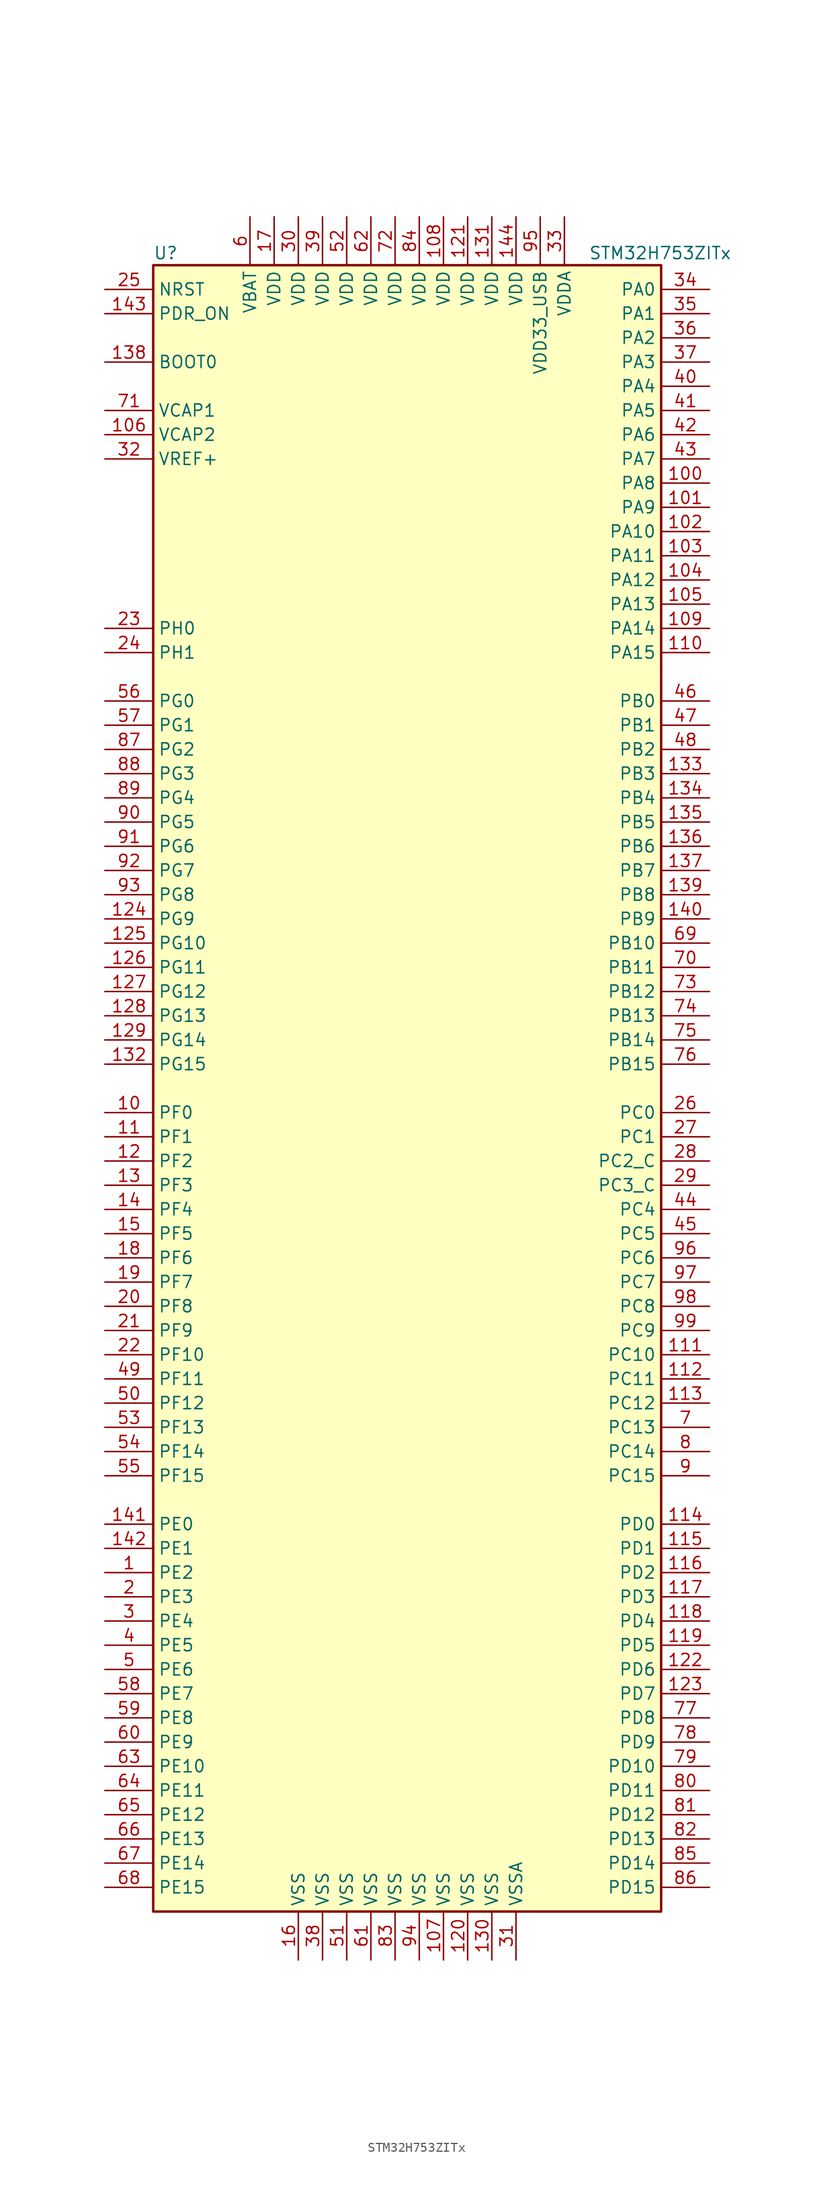
<source format=kicad_sym>
(kicad_symbol_lib
  (version 20201005)
  (generator kicad_symbol_editor)
  (symbol "MCU_ST_STM32H7:STM32H753ZITx"
    (property "Reference" "U"
      (at -27.94 87.63 0)
      (effects (font (size 1.27 1.27)) (justify left)))
    (property "Value" "STM32H753ZITx"
      (at 17.78 87.63 0)
      (effects (font (size 1.27 1.27)) (justify left)))
    (symbol "STM32H753ZITx_0_1"
      (rectangle (start -27.94 -86.36) (end 25.4 86.36) (stroke (width 0.254)) (fill (type background))))
    (symbol "STM32H753ZITx_1_1"
      (pin input line (at -33.02 76.2 0) (length 5.08) (name "BOOT0" (effects (font (size 1.27 1.27)))) (number "138" (effects (font (size 1.27 1.27)))))
      (pin input line (at -33.02 83.82 0) (length 5.08) (name "NRST" (effects (font (size 1.27 1.27)))) (number "25" (effects (font (size 1.27 1.27)))))
      (pin bidirectional line (at 30.48 83.82 180) (length 5.08) (name "PA0" (effects (font (size 1.27 1.27)))) (number "34" (effects (font (size 1.27 1.27)))))
      (pin bidirectional line (at 30.48 81.28 180) (length 5.08) (name "PA1" (effects (font (size 1.27 1.27)))) (number "35" (effects (font (size 1.27 1.27)))))
      (pin bidirectional line (at 30.48 58.42 180) (length 5.08) (name "PA10" (effects (font (size 1.27 1.27)))) (number "102" (effects (font (size 1.27 1.27)))))
      (pin bidirectional line (at 30.48 55.88 180) (length 5.08) (name "PA11" (effects (font (size 1.27 1.27)))) (number "103" (effects (font (size 1.27 1.27)))))
      (pin bidirectional line (at 30.48 53.34 180) (length 5.08) (name "PA12" (effects (font (size 1.27 1.27)))) (number "104" (effects (font (size 1.27 1.27)))))
      (pin bidirectional line (at 30.48 50.8 180) (length 5.08) (name "PA13" (effects (font (size 1.27 1.27)))) (number "105" (effects (font (size 1.27 1.27)))))
      (pin bidirectional line (at 30.48 48.26 180) (length 5.08) (name "PA14" (effects (font (size 1.27 1.27)))) (number "109" (effects (font (size 1.27 1.27)))))
      (pin bidirectional line (at 30.48 45.72 180) (length 5.08) (name "PA15" (effects (font (size 1.27 1.27)))) (number "110" (effects (font (size 1.27 1.27)))))
      (pin bidirectional line (at 30.48 78.74 180) (length 5.08) (name "PA2" (effects (font (size 1.27 1.27)))) (number "36" (effects (font (size 1.27 1.27)))))
      (pin bidirectional line (at 30.48 76.2 180) (length 5.08) (name "PA3" (effects (font (size 1.27 1.27)))) (number "37" (effects (font (size 1.27 1.27)))))
      (pin bidirectional line (at 30.48 73.66 180) (length 5.08) (name "PA4" (effects (font (size 1.27 1.27)))) (number "40" (effects (font (size 1.27 1.27)))))
      (pin bidirectional line (at 30.48 71.12 180) (length 5.08) (name "PA5" (effects (font (size 1.27 1.27)))) (number "41" (effects (font (size 1.27 1.27)))))
      (pin bidirectional line (at 30.48 68.58 180) (length 5.08) (name "PA6" (effects (font (size 1.27 1.27)))) (number "42" (effects (font (size 1.27 1.27)))))
      (pin bidirectional line (at 30.48 66.04 180) (length 5.08) (name "PA7" (effects (font (size 1.27 1.27)))) (number "43" (effects (font (size 1.27 1.27)))))
      (pin bidirectional line (at 30.48 63.5 180) (length 5.08) (name "PA8" (effects (font (size 1.27 1.27)))) (number "100" (effects (font (size 1.27 1.27)))))
      (pin bidirectional line (at 30.48 60.96 180) (length 5.08) (name "PA9" (effects (font (size 1.27 1.27)))) (number "101" (effects (font (size 1.27 1.27)))))
      (pin bidirectional line (at 30.48 40.64 180) (length 5.08) (name "PB0" (effects (font (size 1.27 1.27)))) (number "46" (effects (font (size 1.27 1.27)))))
      (pin bidirectional line (at 30.48 38.1 180) (length 5.08) (name "PB1" (effects (font (size 1.27 1.27)))) (number "47" (effects (font (size 1.27 1.27)))))
      (pin bidirectional line (at 30.48 15.24 180) (length 5.08) (name "PB10" (effects (font (size 1.27 1.27)))) (number "69" (effects (font (size 1.27 1.27)))))
      (pin bidirectional line (at 30.48 12.7 180) (length 5.08) (name "PB11" (effects (font (size 1.27 1.27)))) (number "70" (effects (font (size 1.27 1.27)))))
      (pin bidirectional line (at 30.48 10.16 180) (length 5.08) (name "PB12" (effects (font (size 1.27 1.27)))) (number "73" (effects (font (size 1.27 1.27)))))
      (pin bidirectional line (at 30.48 7.62 180) (length 5.08) (name "PB13" (effects (font (size 1.27 1.27)))) (number "74" (effects (font (size 1.27 1.27)))))
      (pin bidirectional line (at 30.48 5.08 180) (length 5.08) (name "PB14" (effects (font (size 1.27 1.27)))) (number "75" (effects (font (size 1.27 1.27)))))
      (pin bidirectional line (at 30.48 2.54 180) (length 5.08) (name "PB15" (effects (font (size 1.27 1.27)))) (number "76" (effects (font (size 1.27 1.27)))))
      (pin bidirectional line (at 30.48 35.56 180) (length 5.08) (name "PB2" (effects (font (size 1.27 1.27)))) (number "48" (effects (font (size 1.27 1.27)))))
      (pin bidirectional line (at 30.48 33.02 180) (length 5.08) (name "PB3" (effects (font (size 1.27 1.27)))) (number "133" (effects (font (size 1.27 1.27)))))
      (pin bidirectional line (at 30.48 30.48 180) (length 5.08) (name "PB4" (effects (font (size 1.27 1.27)))) (number "134" (effects (font (size 1.27 1.27)))))
      (pin bidirectional line (at 30.48 27.94 180) (length 5.08) (name "PB5" (effects (font (size 1.27 1.27)))) (number "135" (effects (font (size 1.27 1.27)))))
      (pin bidirectional line (at 30.48 25.4 180) (length 5.08) (name "PB6" (effects (font (size 1.27 1.27)))) (number "136" (effects (font (size 1.27 1.27)))))
      (pin bidirectional line (at 30.48 22.86 180) (length 5.08) (name "PB7" (effects (font (size 1.27 1.27)))) (number "137" (effects (font (size 1.27 1.27)))))
      (pin bidirectional line (at 30.48 20.32 180) (length 5.08) (name "PB8" (effects (font (size 1.27 1.27)))) (number "139" (effects (font (size 1.27 1.27)))))
      (pin bidirectional line (at 30.48 17.78 180) (length 5.08) (name "PB9" (effects (font (size 1.27 1.27)))) (number "140" (effects (font (size 1.27 1.27)))))
      (pin bidirectional line (at 30.48 -2.54 180) (length 5.08) (name "PC0" (effects (font (size 1.27 1.27)))) (number "26" (effects (font (size 1.27 1.27)))))
      (pin bidirectional line (at 30.48 -5.08 180) (length 5.08) (name "PC1" (effects (font (size 1.27 1.27)))) (number "27" (effects (font (size 1.27 1.27)))))
      (pin bidirectional line (at 30.48 -27.94 180) (length 5.08) (name "PC10" (effects (font (size 1.27 1.27)))) (number "111" (effects (font (size 1.27 1.27)))))
      (pin bidirectional line (at 30.48 -30.48 180) (length 5.08) (name "PC11" (effects (font (size 1.27 1.27)))) (number "112" (effects (font (size 1.27 1.27)))))
      (pin bidirectional line (at 30.48 -33.02 180) (length 5.08) (name "PC12" (effects (font (size 1.27 1.27)))) (number "113" (effects (font (size 1.27 1.27)))))
      (pin bidirectional line (at 30.48 -35.56 180) (length 5.08) (name "PC13" (effects (font (size 1.27 1.27)))) (number "7" (effects (font (size 1.27 1.27)))))
      (pin bidirectional line (at 30.48 -38.1 180) (length 5.08) (name "PC14" (effects (font (size 1.27 1.27)))) (number "8" (effects (font (size 1.27 1.27)))))
      (pin bidirectional line (at 30.48 -40.64 180) (length 5.08) (name "PC15" (effects (font (size 1.27 1.27)))) (number "9" (effects (font (size 1.27 1.27)))))
      (pin bidirectional line (at 30.48 -7.62 180) (length 5.08) (name "PC2_C" (effects (font (size 1.27 1.27)))) (number "28" (effects (font (size 1.27 1.27)))))
      (pin bidirectional line (at 30.48 -10.16 180) (length 5.08) (name "PC3_C" (effects (font (size 1.27 1.27)))) (number "29" (effects (font (size 1.27 1.27)))))
      (pin bidirectional line (at 30.48 -12.7 180) (length 5.08) (name "PC4" (effects (font (size 1.27 1.27)))) (number "44" (effects (font (size 1.27 1.27)))))
      (pin bidirectional line (at 30.48 -15.24 180) (length 5.08) (name "PC5" (effects (font (size 1.27 1.27)))) (number "45" (effects (font (size 1.27 1.27)))))
      (pin bidirectional line (at 30.48 -17.78 180) (length 5.08) (name "PC6" (effects (font (size 1.27 1.27)))) (number "96" (effects (font (size 1.27 1.27)))))
      (pin bidirectional line (at 30.48 -20.32 180) (length 5.08) (name "PC7" (effects (font (size 1.27 1.27)))) (number "97" (effects (font (size 1.27 1.27)))))
      (pin bidirectional line (at 30.48 -22.86 180) (length 5.08) (name "PC8" (effects (font (size 1.27 1.27)))) (number "98" (effects (font (size 1.27 1.27)))))
      (pin bidirectional line (at 30.48 -25.4 180) (length 5.08) (name "PC9" (effects (font (size 1.27 1.27)))) (number "99" (effects (font (size 1.27 1.27)))))
      (pin bidirectional line (at 30.48 -45.72 180) (length 5.08) (name "PD0" (effects (font (size 1.27 1.27)))) (number "114" (effects (font (size 1.27 1.27)))))
      (pin bidirectional line (at 30.48 -48.26 180) (length 5.08) (name "PD1" (effects (font (size 1.27 1.27)))) (number "115" (effects (font (size 1.27 1.27)))))
      (pin bidirectional line (at 30.48 -71.12 180) (length 5.08) (name "PD10" (effects (font (size 1.27 1.27)))) (number "79" (effects (font (size 1.27 1.27)))))
      (pin bidirectional line (at 30.48 -73.66 180) (length 5.08) (name "PD11" (effects (font (size 1.27 1.27)))) (number "80" (effects (font (size 1.27 1.27)))))
      (pin bidirectional line (at 30.48 -76.2 180) (length 5.08) (name "PD12" (effects (font (size 1.27 1.27)))) (number "81" (effects (font (size 1.27 1.27)))))
      (pin bidirectional line (at 30.48 -78.74 180) (length 5.08) (name "PD13" (effects (font (size 1.27 1.27)))) (number "82" (effects (font (size 1.27 1.27)))))
      (pin bidirectional line (at 30.48 -81.28 180) (length 5.08) (name "PD14" (effects (font (size 1.27 1.27)))) (number "85" (effects (font (size 1.27 1.27)))))
      (pin bidirectional line (at 30.48 -83.82 180) (length 5.08) (name "PD15" (effects (font (size 1.27 1.27)))) (number "86" (effects (font (size 1.27 1.27)))))
      (pin bidirectional line (at 30.48 -50.8 180) (length 5.08) (name "PD2" (effects (font (size 1.27 1.27)))) (number "116" (effects (font (size 1.27 1.27)))))
      (pin bidirectional line (at 30.48 -53.34 180) (length 5.08) (name "PD3" (effects (font (size 1.27 1.27)))) (number "117" (effects (font (size 1.27 1.27)))))
      (pin bidirectional line (at 30.48 -55.88 180) (length 5.08) (name "PD4" (effects (font (size 1.27 1.27)))) (number "118" (effects (font (size 1.27 1.27)))))
      (pin bidirectional line (at 30.48 -58.42 180) (length 5.08) (name "PD5" (effects (font (size 1.27 1.27)))) (number "119" (effects (font (size 1.27 1.27)))))
      (pin bidirectional line (at 30.48 -60.96 180) (length 5.08) (name "PD6" (effects (font (size 1.27 1.27)))) (number "122" (effects (font (size 1.27 1.27)))))
      (pin bidirectional line (at 30.48 -63.5 180) (length 5.08) (name "PD7" (effects (font (size 1.27 1.27)))) (number "123" (effects (font (size 1.27 1.27)))))
      (pin bidirectional line (at 30.48 -66.04 180) (length 5.08) (name "PD8" (effects (font (size 1.27 1.27)))) (number "77" (effects (font (size 1.27 1.27)))))
      (pin bidirectional line (at 30.48 -68.58 180) (length 5.08) (name "PD9" (effects (font (size 1.27 1.27)))) (number "78" (effects (font (size 1.27 1.27)))))
      (pin input line (at -33.02 81.28 0) (length 5.08) (name "PDR_ON" (effects (font (size 1.27 1.27)))) (number "143" (effects (font (size 1.27 1.27)))))
      (pin bidirectional line (at -33.02 -45.72 0) (length 5.08) (name "PE0" (effects (font (size 1.27 1.27)))) (number "141" (effects (font (size 1.27 1.27)))))
      (pin bidirectional line (at -33.02 -48.26 0) (length 5.08) (name "PE1" (effects (font (size 1.27 1.27)))) (number "142" (effects (font (size 1.27 1.27)))))
      (pin bidirectional line (at -33.02 -71.12 0) (length 5.08) (name "PE10" (effects (font (size 1.27 1.27)))) (number "63" (effects (font (size 1.27 1.27)))))
      (pin bidirectional line (at -33.02 -73.66 0) (length 5.08) (name "PE11" (effects (font (size 1.27 1.27)))) (number "64" (effects (font (size 1.27 1.27)))))
      (pin bidirectional line (at -33.02 -76.2 0) (length 5.08) (name "PE12" (effects (font (size 1.27 1.27)))) (number "65" (effects (font (size 1.27 1.27)))))
      (pin bidirectional line (at -33.02 -78.74 0) (length 5.08) (name "PE13" (effects (font (size 1.27 1.27)))) (number "66" (effects (font (size 1.27 1.27)))))
      (pin bidirectional line (at -33.02 -81.28 0) (length 5.08) (name "PE14" (effects (font (size 1.27 1.27)))) (number "67" (effects (font (size 1.27 1.27)))))
      (pin bidirectional line (at -33.02 -83.82 0) (length 5.08) (name "PE15" (effects (font (size 1.27 1.27)))) (number "68" (effects (font (size 1.27 1.27)))))
      (pin bidirectional line (at -33.02 -50.8 0) (length 5.08) (name "PE2" (effects (font (size 1.27 1.27)))) (number "1" (effects (font (size 1.27 1.27)))))
      (pin bidirectional line (at -33.02 -53.34 0) (length 5.08) (name "PE3" (effects (font (size 1.27 1.27)))) (number "2" (effects (font (size 1.27 1.27)))))
      (pin bidirectional line (at -33.02 -55.88 0) (length 5.08) (name "PE4" (effects (font (size 1.27 1.27)))) (number "3" (effects (font (size 1.27 1.27)))))
      (pin bidirectional line (at -33.02 -58.42 0) (length 5.08) (name "PE5" (effects (font (size 1.27 1.27)))) (number "4" (effects (font (size 1.27 1.27)))))
      (pin bidirectional line (at -33.02 -60.96 0) (length 5.08) (name "PE6" (effects (font (size 1.27 1.27)))) (number "5" (effects (font (size 1.27 1.27)))))
      (pin bidirectional line (at -33.02 -63.5 0) (length 5.08) (name "PE7" (effects (font (size 1.27 1.27)))) (number "58" (effects (font (size 1.27 1.27)))))
      (pin bidirectional line (at -33.02 -66.04 0) (length 5.08) (name "PE8" (effects (font (size 1.27 1.27)))) (number "59" (effects (font (size 1.27 1.27)))))
      (pin bidirectional line (at -33.02 -68.58 0) (length 5.08) (name "PE9" (effects (font (size 1.27 1.27)))) (number "60" (effects (font (size 1.27 1.27)))))
      (pin bidirectional line (at -33.02 -2.54 0) (length 5.08) (name "PF0" (effects (font (size 1.27 1.27)))) (number "10" (effects (font (size 1.27 1.27)))))
      (pin bidirectional line (at -33.02 -5.08 0) (length 5.08) (name "PF1" (effects (font (size 1.27 1.27)))) (number "11" (effects (font (size 1.27 1.27)))))
      (pin bidirectional line (at -33.02 -27.94 0) (length 5.08) (name "PF10" (effects (font (size 1.27 1.27)))) (number "22" (effects (font (size 1.27 1.27)))))
      (pin bidirectional line (at -33.02 -30.48 0) (length 5.08) (name "PF11" (effects (font (size 1.27 1.27)))) (number "49" (effects (font (size 1.27 1.27)))))
      (pin bidirectional line (at -33.02 -33.02 0) (length 5.08) (name "PF12" (effects (font (size 1.27 1.27)))) (number "50" (effects (font (size 1.27 1.27)))))
      (pin bidirectional line (at -33.02 -35.56 0) (length 5.08) (name "PF13" (effects (font (size 1.27 1.27)))) (number "53" (effects (font (size 1.27 1.27)))))
      (pin bidirectional line (at -33.02 -38.1 0) (length 5.08) (name "PF14" (effects (font (size 1.27 1.27)))) (number "54" (effects (font (size 1.27 1.27)))))
      (pin bidirectional line (at -33.02 -40.64 0) (length 5.08) (name "PF15" (effects (font (size 1.27 1.27)))) (number "55" (effects (font (size 1.27 1.27)))))
      (pin bidirectional line (at -33.02 -7.62 0) (length 5.08) (name "PF2" (effects (font (size 1.27 1.27)))) (number "12" (effects (font (size 1.27 1.27)))))
      (pin bidirectional line (at -33.02 -10.16 0) (length 5.08) (name "PF3" (effects (font (size 1.27 1.27)))) (number "13" (effects (font (size 1.27 1.27)))))
      (pin bidirectional line (at -33.02 -12.7 0) (length 5.08) (name "PF4" (effects (font (size 1.27 1.27)))) (number "14" (effects (font (size 1.27 1.27)))))
      (pin bidirectional line (at -33.02 -15.24 0) (length 5.08) (name "PF5" (effects (font (size 1.27 1.27)))) (number "15" (effects (font (size 1.27 1.27)))))
      (pin bidirectional line (at -33.02 -17.78 0) (length 5.08) (name "PF6" (effects (font (size 1.27 1.27)))) (number "18" (effects (font (size 1.27 1.27)))))
      (pin bidirectional line (at -33.02 -20.32 0) (length 5.08) (name "PF7" (effects (font (size 1.27 1.27)))) (number "19" (effects (font (size 1.27 1.27)))))
      (pin bidirectional line (at -33.02 -22.86 0) (length 5.08) (name "PF8" (effects (font (size 1.27 1.27)))) (number "20" (effects (font (size 1.27 1.27)))))
      (pin bidirectional line (at -33.02 -25.4 0) (length 5.08) (name "PF9" (effects (font (size 1.27 1.27)))) (number "21" (effects (font (size 1.27 1.27)))))
      (pin bidirectional line (at -33.02 40.64 0) (length 5.08) (name "PG0" (effects (font (size 1.27 1.27)))) (number "56" (effects (font (size 1.27 1.27)))))
      (pin bidirectional line (at -33.02 38.1 0) (length 5.08) (name "PG1" (effects (font (size 1.27 1.27)))) (number "57" (effects (font (size 1.27 1.27)))))
      (pin bidirectional line (at -33.02 15.24 0) (length 5.08) (name "PG10" (effects (font (size 1.27 1.27)))) (number "125" (effects (font (size 1.27 1.27)))))
      (pin bidirectional line (at -33.02 12.7 0) (length 5.08) (name "PG11" (effects (font (size 1.27 1.27)))) (number "126" (effects (font (size 1.27 1.27)))))
      (pin bidirectional line (at -33.02 10.16 0) (length 5.08) (name "PG12" (effects (font (size 1.27 1.27)))) (number "127" (effects (font (size 1.27 1.27)))))
      (pin bidirectional line (at -33.02 7.62 0) (length 5.08) (name "PG13" (effects (font (size 1.27 1.27)))) (number "128" (effects (font (size 1.27 1.27)))))
      (pin bidirectional line (at -33.02 5.08 0) (length 5.08) (name "PG14" (effects (font (size 1.27 1.27)))) (number "129" (effects (font (size 1.27 1.27)))))
      (pin bidirectional line (at -33.02 2.54 0) (length 5.08) (name "PG15" (effects (font (size 1.27 1.27)))) (number "132" (effects (font (size 1.27 1.27)))))
      (pin bidirectional line (at -33.02 35.56 0) (length 5.08) (name "PG2" (effects (font (size 1.27 1.27)))) (number "87" (effects (font (size 1.27 1.27)))))
      (pin bidirectional line (at -33.02 33.02 0) (length 5.08) (name "PG3" (effects (font (size 1.27 1.27)))) (number "88" (effects (font (size 1.27 1.27)))))
      (pin bidirectional line (at -33.02 30.48 0) (length 5.08) (name "PG4" (effects (font (size 1.27 1.27)))) (number "89" (effects (font (size 1.27 1.27)))))
      (pin bidirectional line (at -33.02 27.94 0) (length 5.08) (name "PG5" (effects (font (size 1.27 1.27)))) (number "90" (effects (font (size 1.27 1.27)))))
      (pin bidirectional line (at -33.02 25.4 0) (length 5.08) (name "PG6" (effects (font (size 1.27 1.27)))) (number "91" (effects (font (size 1.27 1.27)))))
      (pin bidirectional line (at -33.02 22.86 0) (length 5.08) (name "PG7" (effects (font (size 1.27 1.27)))) (number "92" (effects (font (size 1.27 1.27)))))
      (pin bidirectional line (at -33.02 20.32 0) (length 5.08) (name "PG8" (effects (font (size 1.27 1.27)))) (number "93" (effects (font (size 1.27 1.27)))))
      (pin bidirectional line (at -33.02 17.78 0) (length 5.08) (name "PG9" (effects (font (size 1.27 1.27)))) (number "124" (effects (font (size 1.27 1.27)))))
      (pin input line (at -33.02 48.26 0) (length 5.08) (name "PH0" (effects (font (size 1.27 1.27)))) (number "23" (effects (font (size 1.27 1.27)))))
      (pin input line (at -33.02 45.72 0) (length 5.08) (name "PH1" (effects (font (size 1.27 1.27)))) (number "24" (effects (font (size 1.27 1.27)))))
      (pin power_in line (at -17.78 91.44 270) (length 5.08) (name "VBAT" (effects (font (size 1.27 1.27)))) (number "6" (effects (font (size 1.27 1.27)))))
      (pin power_in line (at -33.02 71.12 0) (length 5.08) (name "VCAP1" (effects (font (size 1.27 1.27)))) (number "71" (effects (font (size 1.27 1.27)))))
      (pin power_in line (at -33.02 68.58 0) (length 5.08) (name "VCAP2" (effects (font (size 1.27 1.27)))) (number "106" (effects (font (size 1.27 1.27)))))
      (pin power_in line (at 2.54 91.44 270) (length 5.08) (name "VDD" (effects (font (size 1.27 1.27)))) (number "108" (effects (font (size 1.27 1.27)))))
      (pin power_in line (at 5.08 91.44 270) (length 5.08) (name "VDD" (effects (font (size 1.27 1.27)))) (number "121" (effects (font (size 1.27 1.27)))))
      (pin power_in line (at 7.62 91.44 270) (length 5.08) (name "VDD" (effects (font (size 1.27 1.27)))) (number "131" (effects (font (size 1.27 1.27)))))
      (pin power_in line (at 10.16 91.44 270) (length 5.08) (name "VDD" (effects (font (size 1.27 1.27)))) (number "144" (effects (font (size 1.27 1.27)))))
      (pin power_in line (at -15.24 91.44 270) (length 5.08) (name "VDD" (effects (font (size 1.27 1.27)))) (number "17" (effects (font (size 1.27 1.27)))))
      (pin power_in line (at -12.7 91.44 270) (length 5.08) (name "VDD" (effects (font (size 1.27 1.27)))) (number "30" (effects (font (size 1.27 1.27)))))
      (pin power_in line (at -10.16 91.44 270) (length 5.08) (name "VDD" (effects (font (size 1.27 1.27)))) (number "39" (effects (font (size 1.27 1.27)))))
      (pin power_in line (at -7.62 91.44 270) (length 5.08) (name "VDD" (effects (font (size 1.27 1.27)))) (number "52" (effects (font (size 1.27 1.27)))))
      (pin power_in line (at -5.08 91.44 270) (length 5.08) (name "VDD" (effects (font (size 1.27 1.27)))) (number "62" (effects (font (size 1.27 1.27)))))
      (pin power_in line (at -2.54 91.44 270) (length 5.08) (name "VDD" (effects (font (size 1.27 1.27)))) (number "72" (effects (font (size 1.27 1.27)))))
      (pin power_in line (at 0 91.44 270) (length 5.08) (name "VDD" (effects (font (size 1.27 1.27)))) (number "84" (effects (font (size 1.27 1.27)))))
      (pin power_in line (at 12.7 91.44 270) (length 5.08) (name "VDD33_USB" (effects (font (size 1.27 1.27)))) (number "95" (effects (font (size 1.27 1.27)))))
      (pin power_in line (at 15.24 91.44 270) (length 5.08) (name "VDDA" (effects (font (size 1.27 1.27)))) (number "33" (effects (font (size 1.27 1.27)))))
      (pin bidirectional line (at -33.02 66.04 0) (length 5.08) (name "VREF+" (effects (font (size 1.27 1.27)))) (number "32" (effects (font (size 1.27 1.27)))))
      (pin power_in line (at 2.54 -91.44 90) (length 5.08) (name "VSS" (effects (font (size 1.27 1.27)))) (number "107" (effects (font (size 1.27 1.27)))))
      (pin power_in line (at 5.08 -91.44 90) (length 5.08) (name "VSS" (effects (font (size 1.27 1.27)))) (number "120" (effects (font (size 1.27 1.27)))))
      (pin power_in line (at 7.62 -91.44 90) (length 5.08) (name "VSS" (effects (font (size 1.27 1.27)))) (number "130" (effects (font (size 1.27 1.27)))))
      (pin power_in line (at -12.7 -91.44 90) (length 5.08) (name "VSS" (effects (font (size 1.27 1.27)))) (number "16" (effects (font (size 1.27 1.27)))))
      (pin power_in line (at -10.16 -91.44 90) (length 5.08) (name "VSS" (effects (font (size 1.27 1.27)))) (number "38" (effects (font (size 1.27 1.27)))))
      (pin power_in line (at -7.62 -91.44 90) (length 5.08) (name "VSS" (effects (font (size 1.27 1.27)))) (number "51" (effects (font (size 1.27 1.27)))))
      (pin power_in line (at -5.08 -91.44 90) (length 5.08) (name "VSS" (effects (font (size 1.27 1.27)))) (number "61" (effects (font (size 1.27 1.27)))))
      (pin power_in line (at -2.54 -91.44 90) (length 5.08) (name "VSS" (effects (font (size 1.27 1.27)))) (number "83" (effects (font (size 1.27 1.27)))))
      (pin power_in line (at 0 -91.44 90) (length 5.08) (name "VSS" (effects (font (size 1.27 1.27)))) (number "94" (effects (font (size 1.27 1.27)))))
      (pin power_in line (at 10.16 -91.44 90) (length 5.08) (name "VSSA" (effects (font (size 1.27 1.27)))) (number "31" (effects (font (size 1.27 1.27))))))))
</source>
